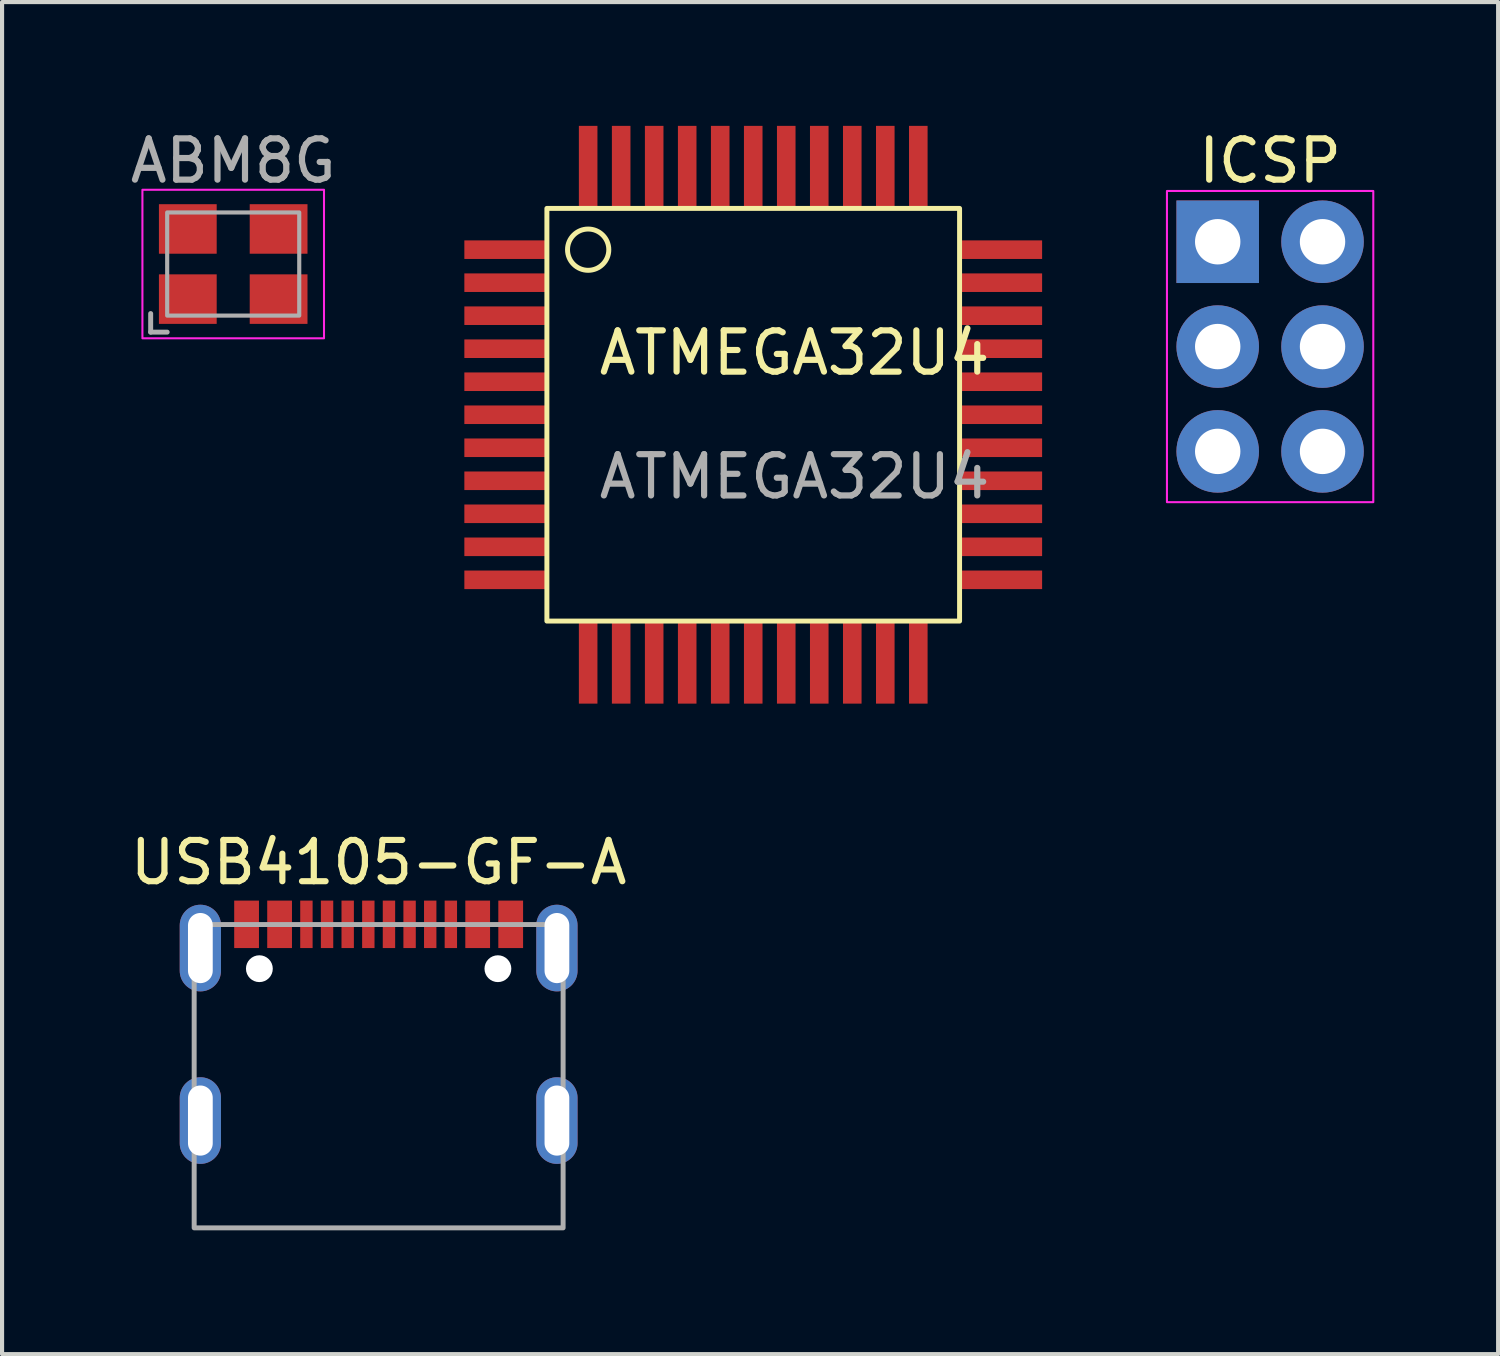
<source format=kicad_pcb>
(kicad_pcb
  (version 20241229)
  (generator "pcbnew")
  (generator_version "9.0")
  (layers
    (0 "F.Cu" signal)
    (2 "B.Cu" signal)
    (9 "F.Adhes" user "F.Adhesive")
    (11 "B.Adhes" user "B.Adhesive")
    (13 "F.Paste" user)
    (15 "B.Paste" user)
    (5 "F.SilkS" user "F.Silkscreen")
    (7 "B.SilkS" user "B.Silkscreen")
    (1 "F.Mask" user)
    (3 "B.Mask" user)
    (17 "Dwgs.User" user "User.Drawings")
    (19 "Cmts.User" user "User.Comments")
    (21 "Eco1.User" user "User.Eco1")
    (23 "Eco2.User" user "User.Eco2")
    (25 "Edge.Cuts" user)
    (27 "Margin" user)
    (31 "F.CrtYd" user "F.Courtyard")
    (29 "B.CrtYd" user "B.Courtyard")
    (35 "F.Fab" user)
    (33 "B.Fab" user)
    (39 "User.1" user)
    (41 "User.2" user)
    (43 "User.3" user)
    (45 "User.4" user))
  (footprint "ATMEGA32U4"
    (layer "F.Cu")
    (at 15.202 7)
    (property "Reference" "ATMEGA32U4" (at 1 -1.5 0) (unlocked yes) (layer "F.SilkS") (effects (font (size 1 1) (thickness 0.15))))
    (attr smd)
    (fp_rect (start 5 -5) (end -5 5) (stroke (width 0.12) (type solid)) (fill no) (layer "F.SilkS"))
    (fp_circle (center -4 -4) (end -3.5 -4) (stroke (width 0.12) (type solid)) (fill no) (layer "F.SilkS"))
    (fp_text user "${REFERENCE}" (at 1 1.5 0) (unlocked yes) (layer "F.Fab") (effects (font (size 1 1) (thickness 0.15))))
    (pad "1" smd rect (at -6 -4 180) (size 2 0.45) (layers "*.Mask" "F.Cu" "F.Paste"))
    (pad "2" smd rect (at -6 -3.2 180) (size 2 0.45) (layers "*.Mask" "F.Cu" "F.Paste"))
    (pad "3" smd rect (at -6 -2.4 180) (size 2 0.45) (layers "*.Mask" "F.Cu" "F.Paste"))
    (pad "4" smd rect (at -6 -1.6 180) (size 2 0.45) (layers "*.Mask" "F.Cu" "F.Paste"))
    (pad "5" smd rect (at -6 -0.8 180) (size 2 0.45) (layers "*.Mask" "F.Cu" "F.Paste"))
    (pad "6" smd rect (at -6 0 180) (size 2 0.45) (layers "*.Mask" "F.Cu" "F.Paste"))
    (pad "7" smd rect (at -6 0.8 180) (size 2 0.45) (layers "*.Mask" "F.Cu" "F.Paste"))
    (pad "8" smd rect (at -6 1.6 180) (size 2 0.45) (layers "*.Mask" "F.Cu" "F.Paste"))
    (pad "9" smd rect (at -6 2.4 180) (size 2 0.45) (layers "*.Mask" "F.Cu" "F.Paste"))
    (pad "10" smd rect (at -6 3.2 180) (size 2 0.45) (layers "*.Mask" "F.Cu" "F.Paste"))
    (pad "11" smd rect (at -6 4 180) (size 2 0.45) (layers "*.Mask" "F.Cu" "F.Paste"))
    (pad "12" smd rect (at -4 6 90) (size 2 0.45) (layers "*.Mask" "F.Cu" "F.Paste"))
    (pad "13" smd rect (at -3.2 6 90) (size 2 0.45) (layers "*.Mask" "F.Cu" "F.Paste"))
    (pad "14" smd rect (at -2.4 6 90) (size 2 0.45) (layers "*.Mask" "F.Cu" "F.Paste"))
    (pad "15" smd rect (at -1.6 6 90) (size 2 0.45) (layers "*.Mask" "F.Cu" "F.Paste"))
    (pad "16" smd rect (at -0.8 6 90) (size 2 0.45) (layers "*.Mask" "F.Cu" "F.Paste"))
    (pad "17" smd rect (at 0 6 90) (size 2 0.45) (layers "*.Mask" "F.Cu" "F.Paste"))
    (pad "18" smd rect (at 0.8 6 90) (size 2 0.45) (layers "*.Mask" "F.Cu" "F.Paste"))
    (pad "19" smd rect (at 1.6 6 90) (size 2 0.45) (layers "*.Mask" "F.Cu" "F.Paste"))
    (pad "20" smd rect (at 2.4 6 90) (size 2 0.45) (layers "*.Mask" "F.Cu" "F.Paste"))
    (pad "21" smd rect (at 3.2 6 90) (size 2 0.45) (layers "*.Mask" "F.Cu" "F.Paste"))
    (pad "22" smd rect (at 4 6 90) (size 2 0.45) (layers "*.Mask" "F.Cu" "F.Paste"))
    (pad "23" smd rect (at 6 4 180) (size 2 0.45) (layers "*.Mask" "F.Cu" "F.Paste"))
    (pad "24" smd rect (at 6 3.2 180) (size 2 0.45) (layers "*.Mask" "F.Cu" "F.Paste"))
    (pad "25" smd rect (at 6 2.4 180) (size 2 0.45) (layers "*.Mask" "F.Cu" "F.Paste"))
    (pad "26" smd rect (at 6 1.6 180) (size 2 0.45) (layers "*.Mask" "F.Cu" "F.Paste"))
    (pad "27" smd rect (at 6 0.8 180) (size 2 0.45) (layers "*.Mask" "F.Cu" "F.Paste"))
    (pad "28" smd rect (at 6 0 180) (size 2 0.45) (layers "*.Mask" "F.Cu" "F.Paste"))
    (pad "29" smd rect (at 6 -0.8 180) (size 2 0.45) (layers "*.Mask" "F.Cu" "F.Paste"))
    (pad "30" smd rect (at 6 -1.6 180) (size 2 0.45) (layers "*.Mask" "F.Cu" "F.Paste"))
    (pad "31" smd rect (at 6 -2.4 180) (size 2 0.45) (layers "*.Mask" "F.Cu" "F.Paste"))
    (pad "32" smd rect (at 6 -3.2 180) (size 2 0.45) (layers "*.Mask" "F.Cu" "F.Paste"))
    (pad "33" smd rect (at 6 -4 180) (size 2 0.45) (layers "*.Mask" "F.Cu" "F.Paste"))
    (pad "34" smd rect (at 4 -6 90) (size 2 0.45) (layers "*.Mask" "F.Cu" "F.Paste"))
    (pad "35" smd rect (at 3.2 -6 90) (size 2 0.45) (layers "*.Mask" "F.Cu" "F.Paste"))
    (pad "36" smd rect (at 2.4 -6 90) (size 2 0.45) (layers "*.Mask" "F.Cu" "F.Paste"))
    (pad "37" smd rect (at 1.6 -6 90) (size 2 0.45) (layers "*.Mask" "F.Cu" "F.Paste"))
    (pad "38" smd rect (at 0.8 -6 90) (size 2 0.45) (layers "*.Mask" "F.Cu" "F.Paste"))
    (pad "39" smd rect (at 0 -6 90) (size 2 0.45) (layers "*.Mask" "F.Cu" "F.Paste"))
    (pad "40" smd rect (at -0.8 -6 90) (size 2 0.45) (layers "*.Mask" "F.Cu" "F.Paste"))
    (pad "41" smd rect (at -1.6 -6 90) (size 2 0.45) (layers "*.Mask" "F.Cu" "F.Paste"))
    (pad "42" smd rect (at -2.4 -6 90) (size 2 0.45) (layers "*.Mask" "F.Cu" "F.Paste"))
    (pad "43" smd rect (at -3.2 -6 90) (size 2 0.45) (layers "*.Mask" "F.Cu" "F.Paste"))
    (pad "44" smd rect (at -4 -6 90) (size 2 0.45) (layers "*.Mask" "F.Cu" "F.Paste")))
  (footprint "USB4105-GF-A"
    (layer "F.Cu")
    (at 6.125 19.348)
    (property "Reference" "USB4105-GF-A" (at 0 -1.5 0) (unlocked yes) (layer "F.SilkS") (effects (font (size 1 1) (thickness 0.15))))
    (attr smd)
    (fp_rect (start -4.47 0.005) (end 4.47 7.355) (stroke (width 0.12) (type solid)) (fill no) (layer "F.Fab"))
    (pad "" thru_hole oval (at -4.32 0.575) (size 1 2.1) (drill oval 0.6 1.7) (layers "*.Cu" "*.Mask"))
    (pad "" thru_hole oval (at -4.32 4.755) (size 1 2.1) (drill oval 0.6 1.7) (layers "*.Cu" "*.Mask"))
    (pad "" np_thru_hole circle (at -2.89 1.075) (size 0.65 0.65) (drill 0.65) (layers "*.Cu" "*.Mask"))
    (pad "" np_thru_hole circle (at 2.89 1.075) (size 0.65 0.65) (drill 0.65) (layers "*.Cu" "*.Mask"))
    (pad "" thru_hole oval (at 4.32 0.575) (size 1 2.1) (drill oval 0.6 1.7) (layers "*.Cu" "*.Mask"))
    (pad "" thru_hole oval (at 4.32 4.755) (size 1 2.1) (drill oval 0.6 1.7) (layers "*.Cu" "*.Mask"))
    (pad "A1/B12" smd rect (at -3.2 0) (size 0.6 1.15) (layers "F.Cu" "F.Mask" "F.Paste"))
    (pad "A4/B9" smd rect (at -2.4 0) (size 0.6 1.15) (layers "F.Cu" "F.Mask" "F.Paste"))
    (pad "A5" smd rect (at -1.25 0) (size 0.3 1.15) (layers "F.Cu" "F.Mask" "F.Paste"))
    (pad "A6" smd rect (at -0.25 0) (size 0.3 1.15) (layers "F.Cu" "F.Mask" "F.Paste"))
    (pad "A7" smd rect (at 0.25 0) (size 0.3 1.15) (layers "F.Cu" "F.Mask" "F.Paste"))
    (pad "A8" smd rect (at 1.25 0) (size 0.3 1.15) (layers "F.Cu" "F.Mask" "F.Paste"))
    (pad "B1/A12" smd rect (at 3.2 0) (size 0.6 1.15) (layers "F.Cu" "F.Mask" "F.Paste"))
    (pad "B4/A9" smd rect (at 2.4 0) (size 0.6 1.15) (layers "F.Cu" "F.Mask" "F.Paste"))
    (pad "B5" smd rect (at 1.75 0) (size 0.3 1.15) (layers "F.Cu" "F.Mask" "F.Paste"))
    (pad "B6" smd rect (at 0.75 0) (size 0.3 1.15) (layers "F.Cu" "F.Mask" "F.Paste"))
    (pad "B7" smd rect (at -0.75 0) (size 0.3 1.15) (layers "F.Cu" "F.Mask" "F.Paste"))
    (pad "B8" smd rect (at -1.75 0) (size 0.3 1.15) (layers "F.Cu" "F.Mask" "F.Paste")))
  (footprint "ICSP"
    (layer "F.Cu")
    (at 27.727 5.348)
    (property "Reference" "ICSP" (at 0 -4.5 0) (unlocked yes) (layer "F.SilkS") (effects (font (size 1 1) (thickness 0.15))))
    (attr smd)
    (fp_rect (start -2.5 -3.77) (end 2.5 3.77) (stroke (width 0.05) (type solid)) (fill no) (layer "F.CrtYd"))
    (pad "1" thru_hole rect (at -1.27 -2.54) (size 2 2) (drill 1.1) (layers "*.Cu" "*.Mask"))
    (pad "2" thru_hole circle (at 1.27 -2.54) (size 2 2) (drill 1.1) (layers "*.Cu" "*.Mask"))
    (pad "3" thru_hole circle (at -1.27 0) (size 2 2) (drill 1.1) (layers "*.Cu" "*.Mask"))
    (pad "4" thru_hole circle (at 1.27 0) (size 2 2) (drill 1.1) (layers "*.Cu" "*.Mask"))
    (pad "5" thru_hole circle (at -1.27 2.54) (size 2 2) (drill 1.1) (layers "*.Cu" "*.Mask"))
    (pad "6" thru_hole circle (at 1.27 2.54) (size 2 2) (drill 1.1) (layers "*.Cu" "*.Mask")))
  (footprint "ABM8G"
    (layer "F.Cu")
    (at 2.601 3.348)
    (property "Reference" "ABM8G" (at 0 -2.5 0) (unlocked yes) (layer "F.Fab") (effects (font (size 1 1) (thickness 0.15))))
    (attr smd)
    (fp_rect (start -2.2 -1.8) (end 2.2 1.8) (stroke (width 0.05) (type solid)) (fill no) (layer "F.CrtYd"))
    (fp_line (start -2 1.2) (end -2 1.65) (stroke (width 0.12) (type solid)) (layer "F.Fab"))
    (fp_line (start -2 1.65) (end -1.6 1.65) (stroke (width 0.12) (type solid)) (layer "F.Fab"))
    (fp_rect (start -1.6 -1.25) (end 1.6 1.25) (stroke (width 0.1) (type solid)) (fill no) (layer "F.Fab"))
    (pad "1" smd rect (at -1.1 0.85) (size 1.4 1.2) (layers "F.Cu" "F.Mask" "F.Paste"))
    (pad "2" smd rect (at 1.1 0.85) (size 1.4 1.2) (layers "F.Cu" "F.Mask" "F.Paste"))
    (pad "3" smd rect (at 1.1 -0.85) (size 1.4 1.2) (layers "F.Cu" "F.Mask" "F.Paste"))
    (pad "4" smd rect (at -1.1 -0.85) (size 1.4 1.2) (layers "F.Cu" "F.Mask" "F.Paste")))
  (gr_rect
    (start -3 -3)
    (end 33.252 29.763)
    (stroke (width 0.1) (type default))
    (fill no)
    (layer "Edge.Cuts")))
</source>
